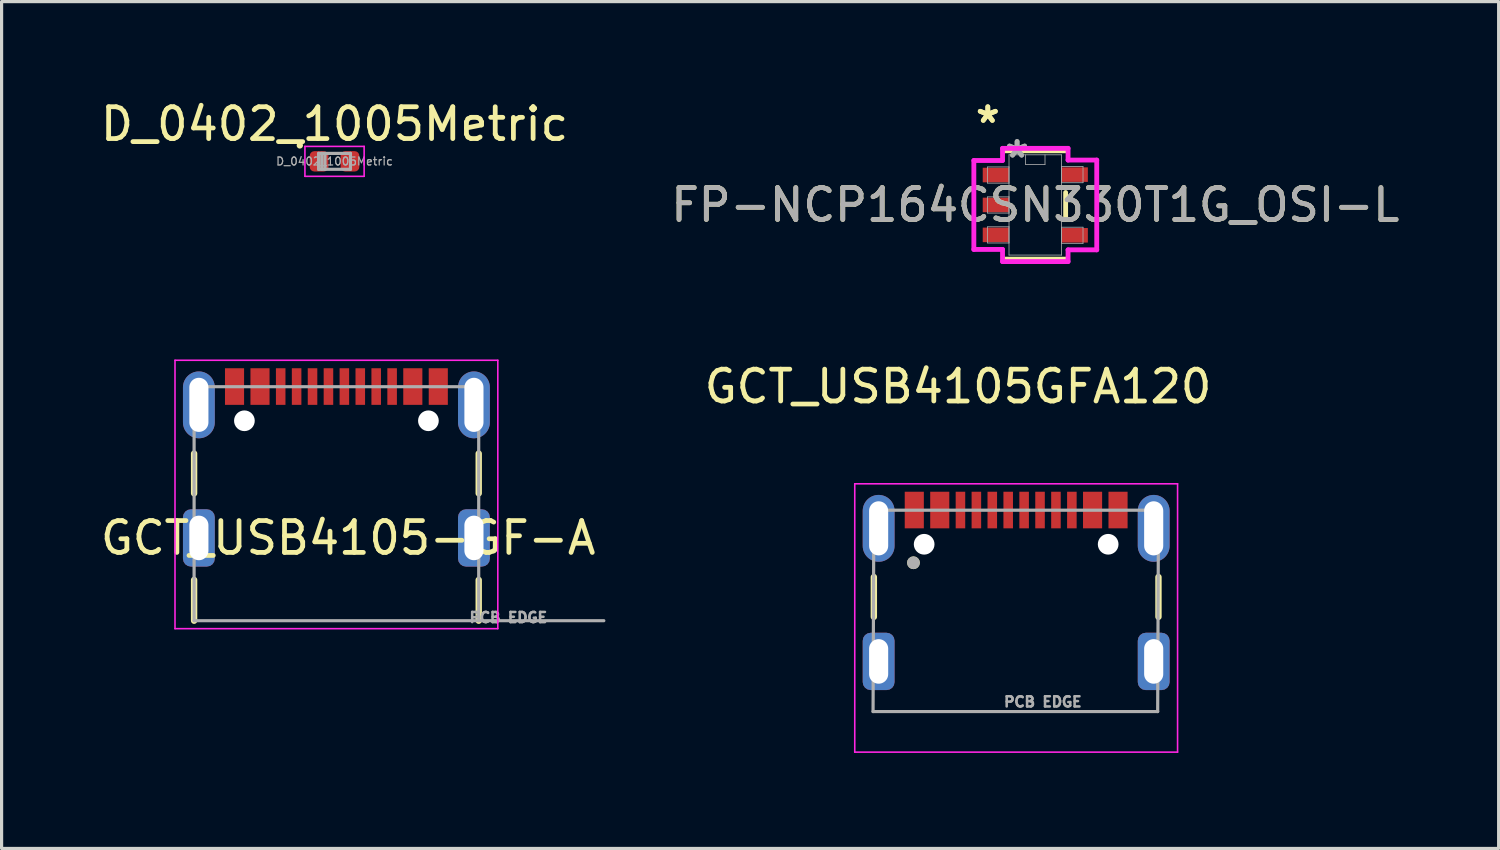
<source format=kicad_pcb>
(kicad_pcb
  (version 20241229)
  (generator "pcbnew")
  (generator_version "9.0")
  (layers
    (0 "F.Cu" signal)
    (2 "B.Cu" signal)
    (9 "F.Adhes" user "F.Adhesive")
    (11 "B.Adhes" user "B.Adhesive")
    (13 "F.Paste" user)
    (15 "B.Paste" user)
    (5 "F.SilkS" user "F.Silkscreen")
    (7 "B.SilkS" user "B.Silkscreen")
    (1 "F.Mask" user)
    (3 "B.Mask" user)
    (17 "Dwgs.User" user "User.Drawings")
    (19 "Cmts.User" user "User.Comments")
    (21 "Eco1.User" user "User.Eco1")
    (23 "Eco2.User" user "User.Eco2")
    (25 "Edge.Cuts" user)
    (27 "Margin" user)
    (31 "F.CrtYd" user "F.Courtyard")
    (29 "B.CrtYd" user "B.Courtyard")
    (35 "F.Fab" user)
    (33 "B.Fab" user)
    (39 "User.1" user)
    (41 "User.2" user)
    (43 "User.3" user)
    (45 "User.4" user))
  (footprint "D_0402_1005Metric"
    (layer "F.Cu")
    (at 7.458 2.018)
    (property "Reference" "D_0402_1005Metric" (at 0 -1.17 0) (layer "F.SilkS") (effects (font (size 1 1) (thickness 0.15))))
    (attr smd)
    (fp_circle (center -1.09 -0.5) (end -1.04 -0.5) (stroke (width 0.1) (type solid)) (fill no) (layer "F.SilkS"))
    (fp_line (start -0.93 -0.47) (end 0.93 -0.47) (stroke (width 0.05) (type solid)) (layer "F.CrtYd"))
    (fp_line (start -0.93 0.47) (end -0.93 -0.47) (stroke (width 0.05) (type solid)) (layer "F.CrtYd"))
    (fp_line (start 0.93 -0.47) (end 0.93 0.47) (stroke (width 0.05) (type solid)) (layer "F.CrtYd"))
    (fp_line (start 0.93 0.47) (end -0.93 0.47) (stroke (width 0.05) (type solid)) (layer "F.CrtYd"))
    (fp_line (start -0.5 -0.25) (end 0.5 -0.25) (stroke (width 0.1) (type solid)) (layer "F.Fab"))
    (fp_line (start -0.5 0.25) (end -0.5 -0.25) (stroke (width 0.1) (type solid)) (layer "F.Fab"))
    (fp_line (start -0.4 0.25) (end -0.4 -0.25) (stroke (width 0.1) (type solid)) (layer "F.Fab"))
    (fp_line (start -0.3 0.25) (end -0.3 -0.25) (stroke (width 0.1) (type solid)) (layer "F.Fab"))
    (fp_line (start 0.5 -0.25) (end 0.5 0.25) (stroke (width 0.1) (type solid)) (layer "F.Fab"))
    (fp_line (start 0.5 0.25) (end -0.5 0.25) (stroke (width 0.1) (type solid)) (layer "F.Fab"))
    (fp_text user "${REFERENCE}" (at 0 0 0) (layer "F.Fab") (effects (font (size 0.25 0.25) (thickness 0.04))))
    (pad "1" smd roundrect (at -0.485 0) (size 0.59 0.64) (layers "F.Cu" "F.Mask" "F.Paste") (roundrect_rratio 0.25))
    (pad "2" smd roundrect (at 0.485 0) (size 0.59 0.64) (layers "F.Cu" "F.Mask" "F.Paste") (roundrect_rratio 0.25)))
  (footprint "FP-NCP164CSN330T1G_OSI-L"
    (layer "F.Cu")
    (at 29.47 3.388)
    (property "Reference" "FP-NCP164CSN330T1G_OSI-L" (at 0 0 0) (unlocked yes) (layer "F.SilkS") (effects (font (size 1 1) (thickness 0.15))))
    (attr smd)
    (fp_line (start -0.953 1.702) (end 0.953 1.702) (stroke (width 0.152) (type solid)) (layer "F.SilkS"))
    (fp_line (start 0.953 -1.702) (end -0.953 -1.702) (stroke (width 0.152) (type solid)) (layer "F.SilkS"))
    (fp_line (start 0.953 0.391) (end 0.953 -0.391) (stroke (width 0.152) (type solid)) (layer "F.SilkS"))
    (fp_line (start -1.93 -1.397) (end -1.029 -1.397) (stroke (width 0.152) (type solid)) (layer "F.CrtYd"))
    (fp_line (start -1.93 1.397) (end -1.93 -1.397) (stroke (width 0.152) (type solid)) (layer "F.CrtYd"))
    (fp_line (start -1.029 -1.778) (end 1.029 -1.778) (stroke (width 0.152) (type solid)) (layer "F.CrtYd"))
    (fp_line (start -1.029 -1.397) (end -1.029 -1.778) (stroke (width 0.152) (type solid)) (layer "F.CrtYd"))
    (fp_line (start -1.029 1.397) (end -1.93 1.397) (stroke (width 0.152) (type solid)) (layer "F.CrtYd"))
    (fp_line (start -1.029 1.778) (end -1.029 1.397) (stroke (width 0.152) (type solid)) (layer "F.CrtYd"))
    (fp_line (start 1.029 -1.778) (end 1.029 -1.41) (stroke (width 0.152) (type solid)) (layer "F.CrtYd"))
    (fp_line (start 1.029 -1.41) (end 1.93 -1.41) (stroke (width 0.152) (type solid)) (layer "F.CrtYd"))
    (fp_line (start 1.029 1.41) (end 1.029 1.778) (stroke (width 0.152) (type solid)) (layer "F.CrtYd"))
    (fp_line (start 1.029 1.778) (end -1.029 1.778) (stroke (width 0.152) (type solid)) (layer "F.CrtYd"))
    (fp_line (start 1.93 -1.41) (end 1.93 1.41) (stroke (width 0.152) (type solid)) (layer "F.CrtYd"))
    (fp_line (start 1.93 1.41) (end 1.029 1.41) (stroke (width 0.152) (type solid)) (layer "F.CrtYd"))
    (fp_line (start -1.499 -1.194) (end -1.499 -0.686) (stroke (width 0.025) (type solid)) (layer "F.Fab"))
    (fp_line (start -1.499 -0.686) (end -0.826 -0.686) (stroke (width 0.025) (type solid)) (layer "F.Fab"))
    (fp_line (start -1.499 -0.254) (end -1.499 0.254) (stroke (width 0.025) (type solid)) (layer "F.Fab"))
    (fp_line (start -1.499 0.254) (end -0.826 0.254) (stroke (width 0.025) (type solid)) (layer "F.Fab"))
    (fp_line (start -1.499 0.686) (end -1.499 1.194) (stroke (width 0.025) (type solid)) (layer "F.Fab"))
    (fp_line (start -1.499 1.194) (end -0.826 1.194) (stroke (width 0.025) (type solid)) (layer "F.Fab"))
    (fp_line (start -0.826 -1.575) (end -0.826 1.575) (stroke (width 0.025) (type solid)) (layer "F.Fab"))
    (fp_line (start -0.826 -1.194) (end -1.499 -1.194) (stroke (width 0.025) (type solid)) (layer "F.Fab"))
    (fp_line (start -0.826 -0.686) (end -0.826 -1.194) (stroke (width 0.025) (type solid)) (layer "F.Fab"))
    (fp_line (start -0.826 -0.254) (end -1.499 -0.254) (stroke (width 0.025) (type solid)) (layer "F.Fab"))
    (fp_line (start -0.826 0.254) (end -0.826 -0.254) (stroke (width 0.025) (type solid)) (layer "F.Fab"))
    (fp_line (start -0.826 0.686) (end -1.499 0.686) (stroke (width 0.025) (type solid)) (layer "F.Fab"))
    (fp_line (start -0.826 1.194) (end -0.826 0.686) (stroke (width 0.025) (type solid)) (layer "F.Fab"))
    (fp_line (start -0.826 1.575) (end 0.826 1.575) (stroke (width 0.025) (type solid)) (layer "F.Fab"))
    (fp_line (start -0.305 -1.27) (end -0.305 -1.575) (stroke (width 0.025) (type solid)) (layer "F.Fab"))
    (fp_line (start 0.305 -1.575) (end 0.305 -1.27) (stroke (width 0.025) (type solid)) (layer "F.Fab"))
    (fp_line (start 0.305 -1.27) (end -0.305 -1.27) (stroke (width 0.025) (type solid)) (layer "F.Fab"))
    (fp_line (start 0.826 -1.575) (end -0.826 -1.575) (stroke (width 0.025) (type solid)) (layer "F.Fab"))
    (fp_line (start 0.826 -1.206) (end 0.826 -0.699) (stroke (width 0.025) (type solid)) (layer "F.Fab"))
    (fp_line (start 0.826 -0.699) (end 1.499 -0.699) (stroke (width 0.025) (type solid)) (layer "F.Fab"))
    (fp_line (start 0.826 0.699) (end 0.826 1.206) (stroke (width 0.025) (type solid)) (layer "F.Fab"))
    (fp_line (start 0.826 1.206) (end 1.499 1.206) (stroke (width 0.025) (type solid)) (layer "F.Fab"))
    (fp_line (start 0.826 1.575) (end 0.826 -1.575) (stroke (width 0.025) (type solid)) (layer "F.Fab"))
    (fp_line (start 1.499 -1.206) (end 0.826 -1.206) (stroke (width 0.025) (type solid)) (layer "F.Fab"))
    (fp_line (start 1.499 -0.699) (end 1.499 -1.206) (stroke (width 0.025) (type solid)) (layer "F.Fab"))
    (fp_line (start 1.499 0.699) (end 0.826 0.699) (stroke (width 0.025) (type solid)) (layer "F.Fab"))
    (fp_line (start 1.499 1.206) (end 1.499 0.699) (stroke (width 0.025) (type solid)) (layer "F.Fab"))
    (fp_text user "*" (at -1.492 -2.54 0) (unlocked yes) (layer "F.SilkS") (effects (font (size 1 1) (thickness 0.15))))
    (fp_text user "*" (at -1.492 -2.54 0) (layer "F.SilkS") (effects (font (size 1 1) (thickness 0.15))))
    (fp_text user "*" (at -0.572 -1.448 0) (layer "F.Fab") (effects (font (size 1 1) (thickness 0.15))))
    (fp_text user "${REFERENCE}" (at 0 0 0) (unlocked yes) (layer "F.Fab") (effects (font (size 1 1) (thickness 0.15))))
    (fp_text user "*" (at -0.572 -1.448 0) (unlocked yes) (layer "F.Fab") (effects (font (size 1 1) (thickness 0.15))))
    (pad "1" smd rect (at -1.238 -0.94) (size 0.826 0.457) (layers "F.Cu" "F.Mask" "F.Paste"))
    (pad "2" smd rect (at -1.238 0) (size 0.826 0.457) (layers "F.Cu" "F.Mask" "F.Paste"))
    (pad "3" smd rect (at -1.238 0.94) (size 0.826 0.457) (layers "F.Cu" "F.Mask" "F.Paste"))
    (pad "4" smd rect (at 1.238 0.953) (size 0.826 0.457) (layers "F.Cu" "F.Mask" "F.Paste"))
    (pad "5" smd rect (at 1.238 -0.953) (size 0.826 0.457) (layers "F.Cu" "F.Mask" "F.Paste")))
  (footprint "GCT_USB4105GFA120"
    (layer "F.Cu")
    (at 28.869 17.726)
    (property "Reference" "GCT_USB4105GFA120" (at -1.825 -8.635 0) (layer "F.SilkS") (effects (font (size 1 1) (thickness 0.15))))
    (attr smd)
    (fp_line (start -4.47 -2.65) (end -4.47 -1.4) (stroke (width 0.2) (type solid)) (layer "F.SilkS"))
    (fp_line (start 4.47 -2.65) (end 4.47 -1.4) (stroke (width 0.2) (type solid)) (layer "F.SilkS"))
    (fp_circle (center -3.226 -3.099) (end -3.126 -3.099) (stroke (width 0.2) (type solid)) (fill no) (layer "F.SilkS"))
    (fp_line (start -5.07 -5.58) (end -5.07 2.85) (stroke (width 0.05) (type solid)) (layer "F.CrtYd"))
    (fp_line (start -5.07 2.85) (end 5.07 2.85) (stroke (width 0.05) (type solid)) (layer "F.CrtYd"))
    (fp_line (start 5.07 -5.58) (end -5.07 -5.58) (stroke (width 0.05) (type solid)) (layer "F.CrtYd"))
    (fp_line (start 5.07 2.85) (end 5.07 -5.58) (stroke (width 0.05) (type solid)) (layer "F.CrtYd"))
    (fp_line (start -4.495 1.575) (end -4.47 -4.75) (stroke (width 0.1) (type solid)) (layer "F.Fab"))
    (fp_line (start -4.495 1.575) (end 4.445 1.575) (stroke (width 0.1) (type default)) (layer "F.Fab"))
    (fp_line (start -4.47 -4.75) (end 4.47 -4.75) (stroke (width 0.1) (type solid)) (layer "F.Fab"))
    (fp_line (start 4.47 -4.75) (end 4.445 1.575) (stroke (width 0.1) (type solid)) (layer "F.Fab"))
    (fp_circle (center -3.226 -3.099) (end -3.126 -3.099) (stroke (width 0.2) (type solid)) (fill no) (layer "F.Fab"))
    (fp_text user "PCB EDGE" (at 0.838 1.27 0) (layer "F.Fab") (effects (font (size 0.32 0.32) (thickness 0.08))))
    (pad "" np_thru_hole circle (at -2.89 -3.68) (size 0.65 0.65) (drill 0.65) (layers "*.Cu" "*.Mask"))
    (pad "" np_thru_hole circle (at 2.89 -3.68) (size 0.65 0.65) (drill 0.65) (layers "*.Cu" "*.Mask"))
    (pad "A1_B12" smd rect (at -3.2 -4.755) (size 0.6 1.15) (layers "F.Cu" "F.Mask" "F.Paste"))
    (pad "A4_B9" smd rect (at -2.4 -4.755) (size 0.6 1.15) (layers "F.Cu" "F.Mask" "F.Paste"))
    (pad "A5" smd rect (at -1.25 -4.755) (size 0.3 1.15) (layers "F.Cu" "F.Mask" "F.Paste"))
    (pad "A6" smd rect (at -0.25 -4.755) (size 0.3 1.15) (layers "F.Cu" "F.Mask" "F.Paste"))
    (pad "A7" smd rect (at 0.25 -4.755) (size 0.3 1.15) (layers "F.Cu" "F.Mask" "F.Paste"))
    (pad "A8" smd rect (at 1.25 -4.755) (size 0.3 1.15) (layers "F.Cu" "F.Mask" "F.Paste"))
    (pad "B1_A12" smd rect (at 3.2 -4.755) (size 0.6 1.15) (layers "F.Cu" "F.Mask" "F.Paste"))
    (pad "B4_A9" smd rect (at 2.4 -4.755) (size 0.6 1.15) (layers "F.Cu" "F.Mask" "F.Paste"))
    (pad "B5" smd rect (at 1.75 -4.755) (size 0.3 1.15) (layers "F.Cu" "F.Mask" "F.Paste"))
    (pad "B6" smd rect (at 0.75 -4.755) (size 0.3 1.15) (layers "F.Cu" "F.Mask" "F.Paste"))
    (pad "B7" smd rect (at -0.75 -4.755) (size 0.3 1.15) (layers "F.Cu" "F.Mask" "F.Paste"))
    (pad "B8" smd rect (at -1.75 -4.755) (size 0.3 1.15) (layers "F.Cu" "F.Mask" "F.Paste"))
    (pad "SH1" thru_hole oval (at -4.32 -4.18) (size 1 2.1) (drill oval 0.6 1.7) (layers "*.Cu" "*.Mask"))
    (pad "SH2" thru_hole oval (at 4.32 -4.18) (size 1 2.1) (drill oval 0.6 1.7) (layers "*.Cu" "*.Mask"))
    (pad "SH3" thru_hole roundrect (at -4.32 0) (size 1 1.8) (drill oval 0.6 1.4) (layers "*.Cu" "*.Mask") (roundrect_rratio 0.25))
    (pad "SH4" thru_hole roundrect (at 4.32 0) (size 1 1.8) (drill oval 0.6 1.4) (layers "*.Cu" "*.Mask") (roundrect_rratio 0.25)))
  (footprint "GCT_USB4105-GF-A"
    (layer "F.Cu")
    (at 7.517 13.847)
    (property "Reference" "GCT_USB4105-GF-A" (at 0.37 0 0) (layer "F.SilkS") (effects (font (size 1 1) (thickness 0.15))))
    (attr smd)
    (fp_line (start -4.47 -2.65) (end -4.47 -1.4) (stroke (width 0.2) (type solid)) (layer "F.SilkS"))
    (fp_line (start -4.47 1.32) (end -4.47 2.6) (stroke (width 0.2) (type solid)) (layer "F.SilkS"))
    (fp_line (start 4.47 -2.65) (end 4.47 -1.4) (stroke (width 0.2) (type solid)) (layer "F.SilkS"))
    (fp_line (start 4.47 2.6) (end 4.47 1.32) (stroke (width 0.2) (type solid)) (layer "F.SilkS"))
    (fp_line (start -5.07 -5.58) (end -5.07 2.85) (stroke (width 0.05) (type solid)) (layer "F.CrtYd"))
    (fp_line (start -5.07 2.85) (end 5.07 2.85) (stroke (width 0.05) (type solid)) (layer "F.CrtYd"))
    (fp_line (start 5.07 -5.58) (end -5.07 -5.58) (stroke (width 0.05) (type solid)) (layer "F.CrtYd"))
    (fp_line (start 5.07 2.85) (end 5.07 -5.58) (stroke (width 0.05) (type solid)) (layer "F.CrtYd"))
    (fp_line (start -4.47 -4.75) (end 4.47 -4.75) (stroke (width 0.1) (type solid)) (layer "F.Fab"))
    (fp_line (start -4.47 2.6) (end -4.47 -4.75) (stroke (width 0.1) (type solid)) (layer "F.Fab"))
    (fp_line (start 4.47 -4.75) (end 4.47 2.6) (stroke (width 0.1) (type solid)) (layer "F.Fab"))
    (fp_line (start 4.47 2.6) (end -4.47 2.6) (stroke (width 0.1) (type solid)) (layer "F.Fab"))
    (fp_line (start 4.47 2.6) (end 8.4 2.6) (stroke (width 0.1) (type solid)) (layer "F.Fab"))
    (fp_text user "PCB EDGE" (at 5.4 2.5 0) (layer "F.Fab") (effects (font (size 0.32 0.32) (thickness 0.15))))
    (pad "" np_thru_hole circle (at -2.89 -3.68) (size 0.65 0.65) (drill 0.65) (layers "*.Cu" "*.Mask"))
    (pad "" np_thru_hole circle (at 2.89 -3.68) (size 0.65 0.65) (drill 0.65) (layers "*.Cu" "*.Mask"))
    (pad "A1_B12" smd rect (at -3.2 -4.755) (size 0.6 1.15) (layers "F.Cu" "F.Mask" "F.Paste"))
    (pad "A4_B9" smd rect (at -2.4 -4.755) (size 0.6 1.15) (layers "F.Cu" "F.Mask" "F.Paste"))
    (pad "A5" smd rect (at -1.25 -4.755) (size 0.3 1.15) (layers "F.Cu" "F.Mask" "F.Paste"))
    (pad "A6" smd rect (at -0.25 -4.755) (size 0.3 1.15) (layers "F.Cu" "F.Mask" "F.Paste"))
    (pad "A7" smd rect (at 0.25 -4.755) (size 0.3 1.15) (layers "F.Cu" "F.Mask" "F.Paste"))
    (pad "A8" smd rect (at 1.25 -4.755) (size 0.3 1.15) (layers "F.Cu" "F.Mask" "F.Paste"))
    (pad "B1_A12" smd rect (at 3.2 -4.755) (size 0.6 1.15) (layers "F.Cu" "F.Mask" "F.Paste"))
    (pad "B4_A9" smd rect (at 2.4 -4.755) (size 0.6 1.15) (layers "F.Cu" "F.Mask" "F.Paste"))
    (pad "B5" smd rect (at 1.75 -4.755) (size 0.3 1.15) (layers "F.Cu" "F.Mask" "F.Paste"))
    (pad "B6" smd rect (at 0.75 -4.755) (size 0.3 1.15) (layers "F.Cu" "F.Mask" "F.Paste"))
    (pad "B7" smd rect (at -0.75 -4.755) (size 0.3 1.15) (layers "F.Cu" "F.Mask" "F.Paste"))
    (pad "B8" smd rect (at -1.75 -4.755) (size 0.3 1.15) (layers "F.Cu" "F.Mask" "F.Paste"))
    (pad "SH1" thru_hole oval (at -4.32 -4.18) (size 1 2.1) (drill oval 0.6 1.7) (layers "*.Cu" "*.Mask"))
    (pad "SH2" thru_hole oval (at 4.32 -4.18) (size 1 2.1) (drill oval 0.6 1.7) (layers "*.Cu" "*.Mask"))
    (pad "SH3" thru_hole roundrect (at -4.32 0) (size 1 1.8) (drill oval 0.6 1.4) (layers "*.Cu" "*.Mask") (roundrect_rratio 0.25))
    (pad "SH4" thru_hole roundrect (at 4.32 0) (size 1 1.8) (drill oval 0.6 1.4) (layers "*.Cu" "*.Mask") (roundrect_rratio 0.25)))
  (gr_rect
    (start -3 -3)
    (end 44.024 23.601)
    (stroke (width 0.1) (type default))
    (fill no)
    (layer "Edge.Cuts")))
</source>
